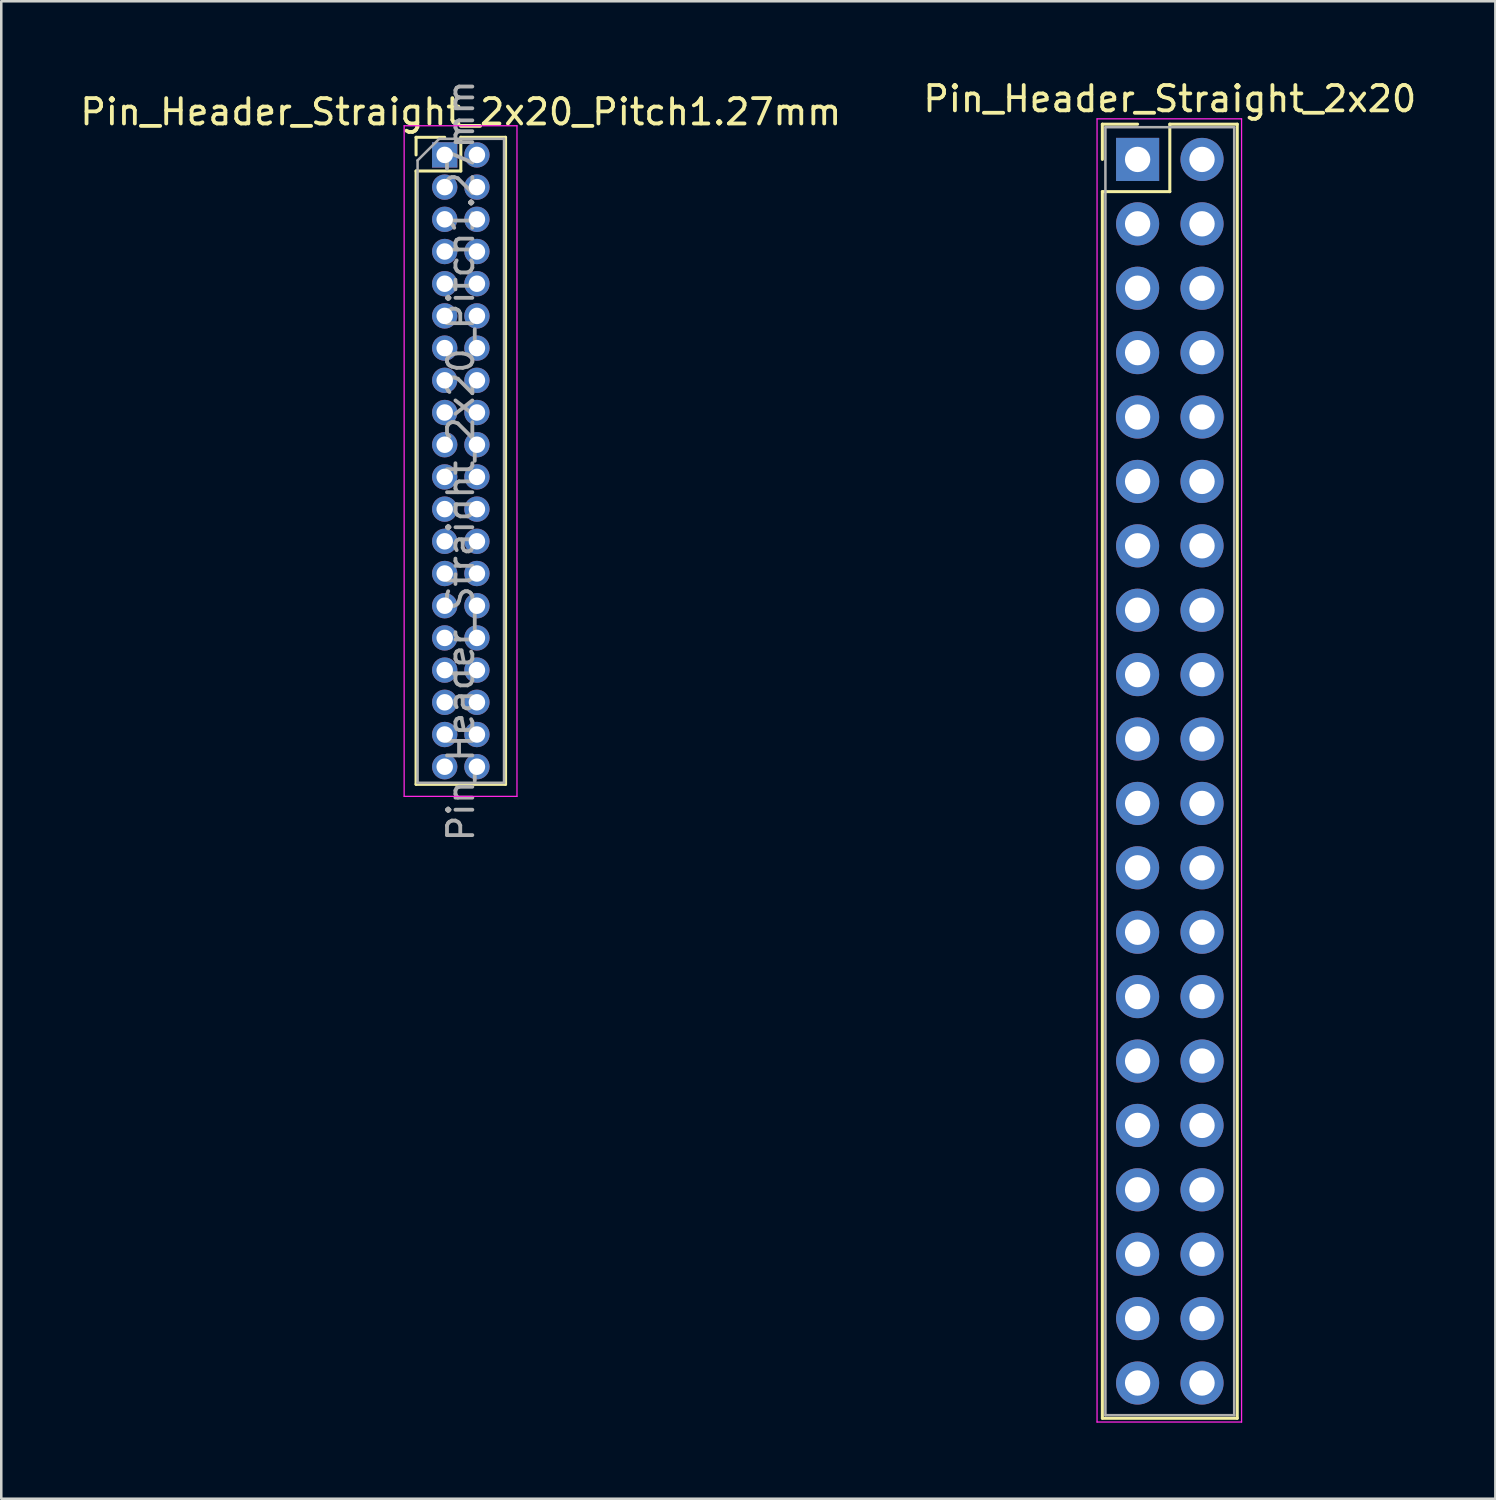
<source format=kicad_pcb>
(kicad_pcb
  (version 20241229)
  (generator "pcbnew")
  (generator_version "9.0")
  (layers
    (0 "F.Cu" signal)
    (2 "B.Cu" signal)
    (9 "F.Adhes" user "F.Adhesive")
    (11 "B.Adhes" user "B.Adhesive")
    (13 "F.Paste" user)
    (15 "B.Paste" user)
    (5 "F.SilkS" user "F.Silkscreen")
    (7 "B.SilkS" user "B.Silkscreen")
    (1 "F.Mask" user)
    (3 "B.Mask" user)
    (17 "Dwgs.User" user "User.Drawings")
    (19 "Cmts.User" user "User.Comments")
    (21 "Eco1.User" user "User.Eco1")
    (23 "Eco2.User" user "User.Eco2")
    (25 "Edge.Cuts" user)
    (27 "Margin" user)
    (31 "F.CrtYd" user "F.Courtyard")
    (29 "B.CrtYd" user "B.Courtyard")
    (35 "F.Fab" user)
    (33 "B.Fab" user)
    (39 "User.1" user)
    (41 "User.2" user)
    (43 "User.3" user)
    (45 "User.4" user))
  (footprint "Pin_Header_Straight_2x20"
    (layer "F.Cu")
    (at 41.819 3.238)
    (property "Reference" "Pin_Header_Straight_2x20" (at 1.27 -2.39 0) (layer "F.SilkS") (effects (font (size 1 1) (thickness 0.15))))
    (attr through_hole)
    (fp_line (start -1.39 -1.39) (end 0 -1.39) (stroke (width 0.12) (type solid)) (layer "F.SilkS"))
    (fp_line (start -1.39 0) (end -1.39 -1.39) (stroke (width 0.12) (type solid)) (layer "F.SilkS"))
    (fp_line (start -1.39 1.27) (end -1.39 49.65) (stroke (width 0.12) (type solid)) (layer "F.SilkS"))
    (fp_line (start -1.39 49.65) (end 3.93 49.65) (stroke (width 0.12) (type solid)) (layer "F.SilkS"))
    (fp_line (start 1.27 -1.39) (end 1.27 1.27) (stroke (width 0.12) (type solid)) (layer "F.SilkS"))
    (fp_line (start 1.27 1.27) (end -1.39 1.27) (stroke (width 0.12) (type solid)) (layer "F.SilkS"))
    (fp_line (start 3.93 -1.39) (end 1.27 -1.39) (stroke (width 0.12) (type solid)) (layer "F.SilkS"))
    (fp_line (start 3.93 49.65) (end 3.93 -1.39) (stroke (width 0.12) (type solid)) (layer "F.SilkS"))
    (fp_line (start -1.6 -1.6) (end -1.6 49.8) (stroke (width 0.05) (type solid)) (layer "F.CrtYd"))
    (fp_line (start -1.6 49.8) (end 4.1 49.8) (stroke (width 0.05) (type solid)) (layer "F.CrtYd"))
    (fp_line (start 4.1 -1.6) (end -1.6 -1.6) (stroke (width 0.05) (type solid)) (layer "F.CrtYd"))
    (fp_line (start 4.1 49.8) (end 4.1 -1.6) (stroke (width 0.05) (type solid)) (layer "F.CrtYd"))
    (fp_line (start -1.27 -1.27) (end -1.27 49.53) (stroke (width 0.1) (type solid)) (layer "F.Fab"))
    (fp_line (start -1.27 49.53) (end 3.81 49.53) (stroke (width 0.1) (type solid)) (layer "F.Fab"))
    (fp_line (start 3.81 -1.27) (end -1.27 -1.27) (stroke (width 0.1) (type solid)) (layer "F.Fab"))
    (fp_line (start 3.81 49.53) (end 3.81 -1.27) (stroke (width 0.1) (type solid)) (layer "F.Fab"))
    (pad "1" thru_hole rect (at 0 0) (size 1.7 1.7) (drill 1) (layers "*.Cu" "*.Mask"))
    (pad "2" thru_hole oval (at 2.54 0) (size 1.7 1.7) (drill 1) (layers "*.Cu" "*.Mask"))
    (pad "3" thru_hole oval (at 0 2.54) (size 1.7 1.7) (drill 1) (layers "*.Cu" "*.Mask"))
    (pad "4" thru_hole oval (at 2.54 2.54) (size 1.7 1.7) (drill 1) (layers "*.Cu" "*.Mask"))
    (pad "5" thru_hole oval (at 0 5.08) (size 1.7 1.7) (drill 1) (layers "*.Cu" "*.Mask"))
    (pad "6" thru_hole oval (at 2.54 5.08) (size 1.7 1.7) (drill 1) (layers "*.Cu" "*.Mask"))
    (pad "7" thru_hole oval (at 0 7.62) (size 1.7 1.7) (drill 1) (layers "*.Cu" "*.Mask"))
    (pad "8" thru_hole oval (at 2.54 7.62) (size 1.7 1.7) (drill 1) (layers "*.Cu" "*.Mask"))
    (pad "9" thru_hole oval (at 0 10.16) (size 1.7 1.7) (drill 1) (layers "*.Cu" "*.Mask"))
    (pad "10" thru_hole oval (at 2.54 10.16) (size 1.7 1.7) (drill 1) (layers "*.Cu" "*.Mask"))
    (pad "11" thru_hole oval (at 0 12.7) (size 1.7 1.7) (drill 1) (layers "*.Cu" "*.Mask"))
    (pad "12" thru_hole oval (at 2.54 12.7) (size 1.7 1.7) (drill 1) (layers "*.Cu" "*.Mask"))
    (pad "13" thru_hole oval (at 0 15.24) (size 1.7 1.7) (drill 1) (layers "*.Cu" "*.Mask"))
    (pad "14" thru_hole oval (at 2.54 15.24) (size 1.7 1.7) (drill 1) (layers "*.Cu" "*.Mask"))
    (pad "15" thru_hole oval (at 0 17.78) (size 1.7 1.7) (drill 1) (layers "*.Cu" "*.Mask"))
    (pad "16" thru_hole oval (at 2.54 17.78) (size 1.7 1.7) (drill 1) (layers "*.Cu" "*.Mask"))
    (pad "17" thru_hole oval (at 0 20.32) (size 1.7 1.7) (drill 1) (layers "*.Cu" "*.Mask"))
    (pad "18" thru_hole oval (at 2.54 20.32) (size 1.7 1.7) (drill 1) (layers "*.Cu" "*.Mask"))
    (pad "19" thru_hole oval (at 0 22.86) (size 1.7 1.7) (drill 1) (layers "*.Cu" "*.Mask"))
    (pad "20" thru_hole oval (at 2.54 22.86) (size 1.7 1.7) (drill 1) (layers "*.Cu" "*.Mask"))
    (pad "21" thru_hole oval (at 0 25.4) (size 1.7 1.7) (drill 1) (layers "*.Cu" "*.Mask"))
    (pad "22" thru_hole oval (at 2.54 25.4) (size 1.7 1.7) (drill 1) (layers "*.Cu" "*.Mask"))
    (pad "23" thru_hole oval (at 0 27.94) (size 1.7 1.7) (drill 1) (layers "*.Cu" "*.Mask"))
    (pad "24" thru_hole oval (at 2.54 27.94) (size 1.7 1.7) (drill 1) (layers "*.Cu" "*.Mask"))
    (pad "25" thru_hole oval (at 0 30.48) (size 1.7 1.7) (drill 1) (layers "*.Cu" "*.Mask"))
    (pad "26" thru_hole oval (at 2.54 30.48) (size 1.7 1.7) (drill 1) (layers "*.Cu" "*.Mask"))
    (pad "27" thru_hole oval (at 0 33.02) (size 1.7 1.7) (drill 1) (layers "*.Cu" "*.Mask"))
    (pad "28" thru_hole oval (at 2.54 33.02) (size 1.7 1.7) (drill 1) (layers "*.Cu" "*.Mask"))
    (pad "29" thru_hole oval (at 0 35.56) (size 1.7 1.7) (drill 1) (layers "*.Cu" "*.Mask"))
    (pad "30" thru_hole oval (at 2.54 35.56) (size 1.7 1.7) (drill 1) (layers "*.Cu" "*.Mask"))
    (pad "31" thru_hole oval (at 0 38.1) (size 1.7 1.7) (drill 1) (layers "*.Cu" "*.Mask"))
    (pad "32" thru_hole oval (at 2.54 38.1) (size 1.7 1.7) (drill 1) (layers "*.Cu" "*.Mask"))
    (pad "33" thru_hole oval (at 0 40.64) (size 1.7 1.7) (drill 1) (layers "*.Cu" "*.Mask"))
    (pad "34" thru_hole oval (at 2.54 40.64) (size 1.7 1.7) (drill 1) (layers "*.Cu" "*.Mask"))
    (pad "35" thru_hole oval (at 0 43.18) (size 1.7 1.7) (drill 1) (layers "*.Cu" "*.Mask"))
    (pad "36" thru_hole oval (at 2.54 43.18) (size 1.7 1.7) (drill 1) (layers "*.Cu" "*.Mask"))
    (pad "37" thru_hole oval (at 0 45.72) (size 1.7 1.7) (drill 1) (layers "*.Cu" "*.Mask"))
    (pad "38" thru_hole oval (at 2.54 45.72) (size 1.7 1.7) (drill 1) (layers "*.Cu" "*.Mask"))
    (pad "39" thru_hole oval (at 0 48.26) (size 1.7 1.7) (drill 1) (layers "*.Cu" "*.Mask"))
    (pad "40" thru_hole oval (at 2.54 48.26) (size 1.7 1.7) (drill 1) (layers "*.Cu" "*.Mask")))
  (footprint "Pin_Header_Straight_2x20_Pitch1.27mm"
    (layer "F.Cu")
    (at 14.49 3.06)
    (property "Reference" "Pin_Header_Straight_2x20_Pitch1.27mm" (at 0.635 -1.695 0) (layer "F.SilkS") (effects (font (size 1 1) (thickness 0.15))))
    (attr through_hole)
    (fp_line (start -1.13 -0.695) (end 0 -0.695) (stroke (width 0.12) (type solid)) (layer "F.SilkS"))
    (fp_line (start -1.13 0) (end -1.13 -0.695) (stroke (width 0.12) (type solid)) (layer "F.SilkS"))
    (fp_line (start -1.13 0.635) (end -1.13 24.825) (stroke (width 0.12) (type solid)) (layer "F.SilkS"))
    (fp_line (start -1.13 24.825) (end 2.4 24.825) (stroke (width 0.12) (type solid)) (layer "F.SilkS"))
    (fp_line (start 0.635 -0.695) (end 0.635 0.635) (stroke (width 0.12) (type solid)) (layer "F.SilkS"))
    (fp_line (start 0.635 0.635) (end -1.13 0.635) (stroke (width 0.12) (type solid)) (layer "F.SilkS"))
    (fp_line (start 2.4 -0.695) (end 0.635 -0.695) (stroke (width 0.12) (type solid)) (layer "F.SilkS"))
    (fp_line (start 2.4 24.825) (end 2.4 -0.695) (stroke (width 0.12) (type solid)) (layer "F.SilkS"))
    (fp_line (start -1.6 -1.15) (end -1.6 25.3) (stroke (width 0.05) (type solid)) (layer "F.CrtYd"))
    (fp_line (start -1.6 25.3) (end 2.85 25.3) (stroke (width 0.05) (type solid)) (layer "F.CrtYd"))
    (fp_line (start 2.85 -1.15) (end -1.6 -1.15) (stroke (width 0.05) (type solid)) (layer "F.CrtYd"))
    (fp_line (start 2.85 25.3) (end 2.85 -1.15) (stroke (width 0.05) (type solid)) (layer "F.CrtYd"))
    (fp_line (start -1.07 0.217) (end -0.217 -0.635) (stroke (width 0.1) (type solid)) (layer "F.Fab"))
    (fp_line (start -1.07 24.765) (end -1.07 0.217) (stroke (width 0.1) (type solid)) (layer "F.Fab"))
    (fp_line (start -0.217 -0.635) (end 2.34 -0.635) (stroke (width 0.1) (type solid)) (layer "F.Fab"))
    (fp_line (start 2.34 -0.635) (end 2.34 24.765) (stroke (width 0.1) (type solid)) (layer "F.Fab"))
    (fp_line (start 2.34 24.765) (end -1.07 24.765) (stroke (width 0.1) (type solid)) (layer "F.Fab"))
    (fp_text user "${REFERENCE}" (at 0.635 12.065 90) (layer "F.Fab") (effects (font (size 1 1) (thickness 0.15))))
    (pad "1" thru_hole rect (at 0 0) (size 1 1) (drill 0.65) (layers "*.Cu" "*.Mask"))
    (pad "2" thru_hole oval (at 1.27 0) (size 1 1) (drill 0.65) (layers "*.Cu" "*.Mask"))
    (pad "3" thru_hole oval (at 0 1.27) (size 1 1) (drill 0.65) (layers "*.Cu" "*.Mask"))
    (pad "4" thru_hole oval (at 1.27 1.27) (size 1 1) (drill 0.65) (layers "*.Cu" "*.Mask"))
    (pad "5" thru_hole oval (at 0 2.54) (size 1 1) (drill 0.65) (layers "*.Cu" "*.Mask"))
    (pad "6" thru_hole oval (at 1.27 2.54) (size 1 1) (drill 0.65) (layers "*.Cu" "*.Mask"))
    (pad "7" thru_hole oval (at 0 3.81) (size 1 1) (drill 0.65) (layers "*.Cu" "*.Mask"))
    (pad "8" thru_hole oval (at 1.27 3.81) (size 1 1) (drill 0.65) (layers "*.Cu" "*.Mask"))
    (pad "9" thru_hole oval (at 0 5.08) (size 1 1) (drill 0.65) (layers "*.Cu" "*.Mask"))
    (pad "10" thru_hole oval (at 1.27 5.08) (size 1 1) (drill 0.65) (layers "*.Cu" "*.Mask"))
    (pad "11" thru_hole oval (at 0 6.35) (size 1 1) (drill 0.65) (layers "*.Cu" "*.Mask"))
    (pad "12" thru_hole oval (at 1.27 6.35) (size 1 1) (drill 0.65) (layers "*.Cu" "*.Mask"))
    (pad "13" thru_hole oval (at 0 7.62) (size 1 1) (drill 0.65) (layers "*.Cu" "*.Mask"))
    (pad "14" thru_hole oval (at 1.27 7.62) (size 1 1) (drill 0.65) (layers "*.Cu" "*.Mask"))
    (pad "15" thru_hole oval (at 0 8.89) (size 1 1) (drill 0.65) (layers "*.Cu" "*.Mask"))
    (pad "16" thru_hole oval (at 1.27 8.89) (size 1 1) (drill 0.65) (layers "*.Cu" "*.Mask"))
    (pad "17" thru_hole oval (at 0 10.16) (size 1 1) (drill 0.65) (layers "*.Cu" "*.Mask"))
    (pad "18" thru_hole oval (at 1.27 10.16) (size 1 1) (drill 0.65) (layers "*.Cu" "*.Mask"))
    (pad "19" thru_hole oval (at 0 11.43) (size 1 1) (drill 0.65) (layers "*.Cu" "*.Mask"))
    (pad "20" thru_hole oval (at 1.27 11.43) (size 1 1) (drill 0.65) (layers "*.Cu" "*.Mask"))
    (pad "21" thru_hole oval (at 0 12.7) (size 1 1) (drill 0.65) (layers "*.Cu" "*.Mask"))
    (pad "22" thru_hole oval (at 1.27 12.7) (size 1 1) (drill 0.65) (layers "*.Cu" "*.Mask"))
    (pad "23" thru_hole oval (at 0 13.97) (size 1 1) (drill 0.65) (layers "*.Cu" "*.Mask"))
    (pad "24" thru_hole oval (at 1.27 13.97) (size 1 1) (drill 0.65) (layers "*.Cu" "*.Mask"))
    (pad "25" thru_hole oval (at 0 15.24) (size 1 1) (drill 0.65) (layers "*.Cu" "*.Mask"))
    (pad "26" thru_hole oval (at 1.27 15.24) (size 1 1) (drill 0.65) (layers "*.Cu" "*.Mask"))
    (pad "27" thru_hole oval (at 0 16.51) (size 1 1) (drill 0.65) (layers "*.Cu" "*.Mask"))
    (pad "28" thru_hole oval (at 1.27 16.51) (size 1 1) (drill 0.65) (layers "*.Cu" "*.Mask"))
    (pad "29" thru_hole oval (at 0 17.78) (size 1 1) (drill 0.65) (layers "*.Cu" "*.Mask"))
    (pad "30" thru_hole oval (at 1.27 17.78) (size 1 1) (drill 0.65) (layers "*.Cu" "*.Mask"))
    (pad "31" thru_hole oval (at 0 19.05) (size 1 1) (drill 0.65) (layers "*.Cu" "*.Mask"))
    (pad "32" thru_hole oval (at 1.27 19.05) (size 1 1) (drill 0.65) (layers "*.Cu" "*.Mask"))
    (pad "33" thru_hole oval (at 0 20.32) (size 1 1) (drill 0.65) (layers "*.Cu" "*.Mask"))
    (pad "34" thru_hole oval (at 1.27 20.32) (size 1 1) (drill 0.65) (layers "*.Cu" "*.Mask"))
    (pad "35" thru_hole oval (at 0 21.59) (size 1 1) (drill 0.65) (layers "*.Cu" "*.Mask"))
    (pad "36" thru_hole oval (at 1.27 21.59) (size 1 1) (drill 0.65) (layers "*.Cu" "*.Mask"))
    (pad "37" thru_hole oval (at 0 22.86) (size 1 1) (drill 0.65) (layers "*.Cu" "*.Mask"))
    (pad "38" thru_hole oval (at 1.27 22.86) (size 1 1) (drill 0.65) (layers "*.Cu" "*.Mask"))
    (pad "39" thru_hole oval (at 0 24.13) (size 1 1) (drill 0.65) (layers "*.Cu" "*.Mask"))
    (pad "40" thru_hole oval (at 1.27 24.13) (size 1 1) (drill 0.65) (layers "*.Cu" "*.Mask")))
  (gr_rect
    (start -3 -3)
    (end 55.929 56.063)
    (stroke (width 0.1) (type default))
    (fill no)
    (layer "Edge.Cuts")))
</source>
